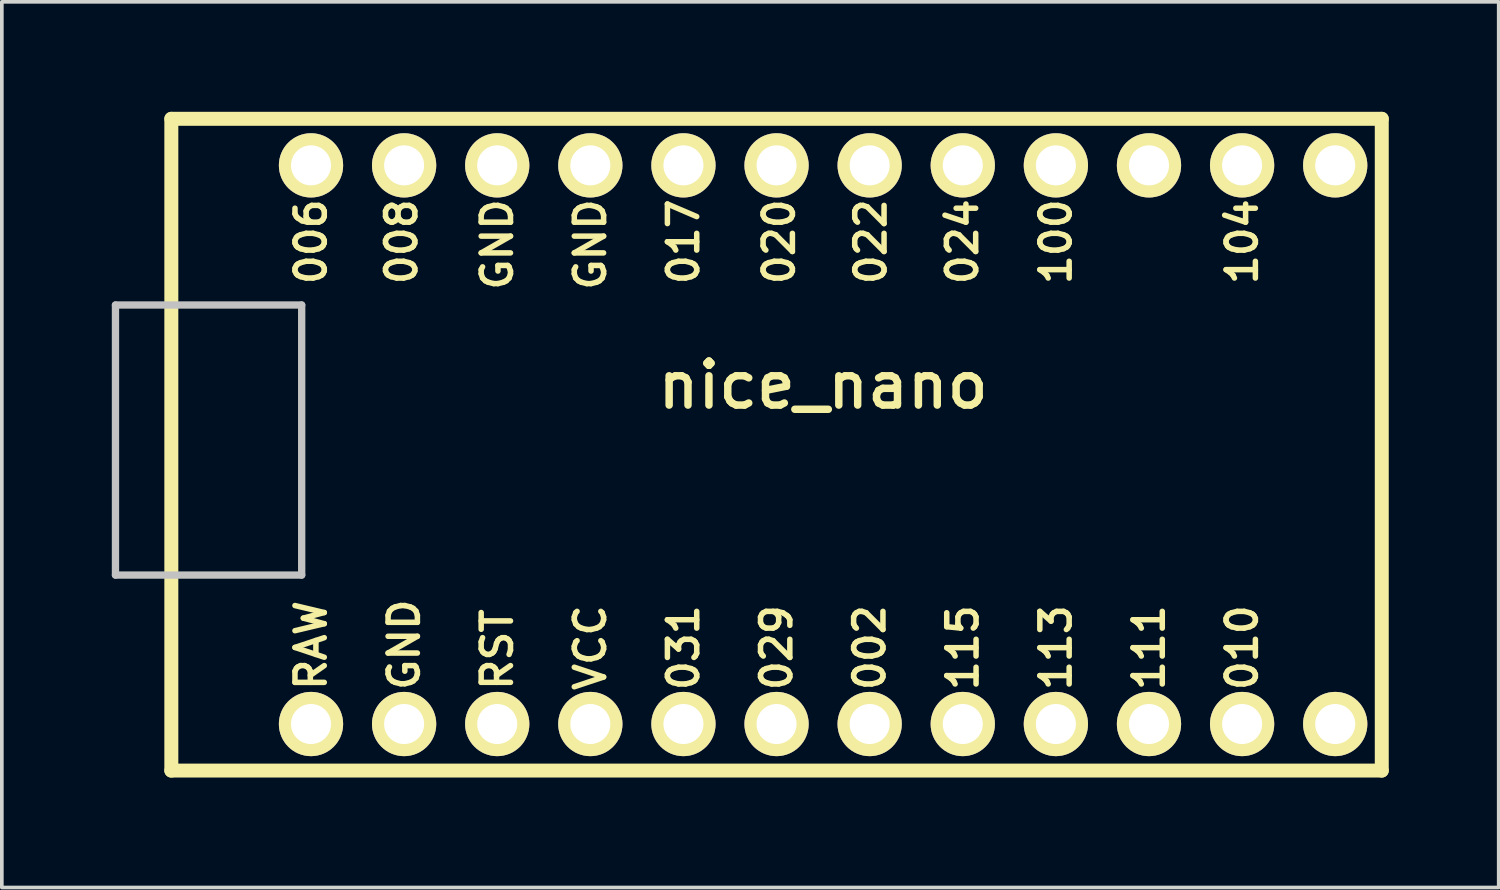
<source format=kicad_pcb>
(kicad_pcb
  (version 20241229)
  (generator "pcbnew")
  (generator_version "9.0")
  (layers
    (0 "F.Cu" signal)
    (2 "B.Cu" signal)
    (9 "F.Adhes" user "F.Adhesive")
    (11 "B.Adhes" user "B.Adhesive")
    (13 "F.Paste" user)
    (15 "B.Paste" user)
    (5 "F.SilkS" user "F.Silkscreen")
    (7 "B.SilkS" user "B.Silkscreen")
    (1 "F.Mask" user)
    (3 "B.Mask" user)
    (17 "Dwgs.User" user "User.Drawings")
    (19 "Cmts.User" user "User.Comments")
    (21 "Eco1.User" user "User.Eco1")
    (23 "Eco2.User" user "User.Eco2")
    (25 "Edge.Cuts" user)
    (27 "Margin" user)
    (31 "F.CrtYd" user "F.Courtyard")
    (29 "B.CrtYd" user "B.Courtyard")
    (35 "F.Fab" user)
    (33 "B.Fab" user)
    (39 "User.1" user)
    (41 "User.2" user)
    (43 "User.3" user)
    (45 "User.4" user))
  (footprint "nice_nano"
    (layer "F.Cu")
    (at 15.404 9.081)
    (property "Reference" "nice_nano" (at 4 -1.625 0) (layer "F.SilkS") (effects (font (size 1.2 1.2) (thickness 0.203))))
    (attr through_hole)
    (fp_line (start -13.78 -8.89) (end 19.24 -8.89) (stroke (width 0.381) (type solid)) (layer "F.SilkS"))
    (fp_line (start -13.78 8.89) (end -13.78 -8.89) (stroke (width 0.381) (type solid)) (layer "F.SilkS"))
    (fp_line (start 19.24 -8.89) (end 19.24 8.89) (stroke (width 0.381) (type solid)) (layer "F.SilkS"))
    (fp_line (start 19.24 8.89) (end -13.78 8.89) (stroke (width 0.381) (type solid)) (layer "F.SilkS"))
    (fp_line (start -15.304 -3.81) (end -15.304 3.556) (stroke (width 0.2) (type solid)) (layer "Dwgs.User"))
    (fp_line (start -15.304 3.556) (end -10.224 3.556) (stroke (width 0.2) (type solid)) (layer "Dwgs.User"))
    (fp_line (start -10.224 -3.81) (end -15.304 -3.81) (stroke (width 0.2) (type solid)) (layer "Dwgs.User"))
    (fp_line (start -10.224 3.556) (end -10.224 -3.81) (stroke (width 0.2) (type solid)) (layer "Dwgs.User"))
    (fp_text user "020" (at 2.8 -5.537 90) (layer "F.SilkS") (effects (font (size 0.8 0.8) (thickness 0.15))))
    (fp_text user "GND" (at -4.89 -5.461 90) (layer "F.SilkS") (effects (font (size 0.8 0.8) (thickness 0.15))))
    (fp_text user "104" (at 15.43 -5.537 90) (layer "F.SilkS") (effects (font (size 0.8 0.8) (thickness 0.15))))
    (fp_text user "GND" (at -2.35 -5.461 90) (layer "F.SilkS") (effects (font (size 0.8 0.8) (thickness 0.15))))
    (fp_text user "010" (at 15.43 5.537 90) (layer "F.SilkS") (effects (font (size 0.8 0.8) (thickness 0.15))))
    (fp_text user "017" (at 0.19 -5.537 90) (layer "F.SilkS") (effects (font (size 0.8 0.8) (thickness 0.15))))
    (fp_text user "RAW" (at -9.97 5.474 90) (layer "F.SilkS") (effects (font (size 0.8 0.8) (thickness 0.15))))
    (fp_text user "006" (at -9.97 -5.537 90) (layer "F.SilkS") (effects (font (size 0.8 0.8) (thickness 0.15))))
    (fp_text user "031" (at 0.19 5.537 90) (layer "F.SilkS") (effects (font (size 0.8 0.8) (thickness 0.15))))
    (fp_text user "RST" (at -4.89 5.588 90) (layer "F.SilkS") (effects (font (size 0.8 0.8) (thickness 0.15))))
    (fp_text user "113" (at 10.35 5.537 90) (layer "F.SilkS") (effects (font (size 0.8 0.8) (thickness 0.15))))
    (fp_text user "008" (at -7.5 -5.537 90) (layer "F.SilkS") (effects (font (size 0.8 0.8) (thickness 0.15))))
    (fp_text user "115" (at 7.81 5.537 90) (layer "F.SilkS") (effects (font (size 0.8 0.8) (thickness 0.15))))
    (fp_text user "029" (at 2.73 5.537 90) (layer "F.SilkS") (effects (font (size 0.8 0.8) (thickness 0.15))))
    (fp_text user "100" (at 10.35 -5.537 90) (layer "F.SilkS") (effects (font (size 0.8 0.8) (thickness 0.15))))
    (fp_text user "VCC" (at -2.35 5.537 90) (layer "F.SilkS") (effects (font (size 0.8 0.8) (thickness 0.15))))
    (fp_text user "002" (at 5.27 5.537 90) (layer "F.SilkS") (effects (font (size 0.8 0.8) (thickness 0.15))))
    (fp_text user "024" (at 7.8 -5.537 90) (layer "F.SilkS") (effects (font (size 0.8 0.8) (thickness 0.15))))
    (fp_text user "111" (at 12.89 5.537 90) (layer "F.SilkS") (effects (font (size 0.8 0.8) (thickness 0.15))))
    (fp_text user "022" (at 5.3 -5.537 90) (layer "F.SilkS") (effects (font (size 0.8 0.8) (thickness 0.15))))
    (fp_text user "GND" (at -7.43 5.455 90) (layer "F.SilkS") (effects (font (size 0.8 0.8) (thickness 0.15))))
    (pad "1" thru_hole circle (at -9.97 -7.62 180) (size 1.753 1.753) (drill 1.092) (layers "*.Cu" "*.Mask" "F.SilkS"))
    (pad "2" thru_hole circle (at -7.43 -7.62 180) (size 1.753 1.753) (drill 1.092) (layers "*.Cu" "*.Mask" "F.SilkS"))
    (pad "3" thru_hole circle (at -4.89 -7.62 180) (size 1.753 1.753) (drill 1.092) (layers "*.Cu" "*.Mask" "F.SilkS"))
    (pad "4" thru_hole circle (at -2.35 -7.62 180) (size 1.753 1.753) (drill 1.092) (layers "*.Cu" "*.Mask" "F.SilkS"))
    (pad "5" thru_hole circle (at 0.19 -7.62 180) (size 1.753 1.753) (drill 1.092) (layers "*.Cu" "*.Mask" "F.SilkS"))
    (pad "6" thru_hole circle (at 2.73 -7.62 180) (size 1.753 1.753) (drill 1.092) (layers "*.Cu" "*.Mask" "F.SilkS"))
    (pad "7" thru_hole circle (at 5.27 -7.62 180) (size 1.753 1.753) (drill 1.092) (layers "*.Cu" "*.Mask" "F.SilkS"))
    (pad "8" thru_hole circle (at 7.81 -7.62 180) (size 1.753 1.753) (drill 1.092) (layers "*.Cu" "*.Mask" "F.SilkS"))
    (pad "9" thru_hole circle (at 10.35 -7.62 180) (size 1.753 1.753) (drill 1.092) (layers "*.Cu" "*.Mask" "F.SilkS"))
    (pad "10" thru_hole circle (at 12.89 -7.62 180) (size 1.753 1.753) (drill 1.092) (layers "*.Cu" "*.Mask" "F.SilkS"))
    (pad "11" thru_hole circle (at 15.43 -7.62 180) (size 1.753 1.753) (drill 1.092) (layers "*.Cu" "*.Mask" "F.SilkS"))
    (pad "12" thru_hole circle (at 17.97 -7.62 180) (size 1.753 1.753) (drill 1.092) (layers "*.Cu" "*.Mask" "F.SilkS"))
    (pad "13" thru_hole circle (at 17.97 7.62 180) (size 1.753 1.753) (drill 1.092) (layers "*.Cu" "*.Mask" "F.SilkS"))
    (pad "14" thru_hole circle (at 15.43 7.62 180) (size 1.753 1.753) (drill 1.092) (layers "*.Cu" "*.Mask" "F.SilkS"))
    (pad "15" thru_hole circle (at 12.89 7.62 180) (size 1.753 1.753) (drill 1.092) (layers "*.Cu" "*.Mask" "F.SilkS"))
    (pad "16" thru_hole circle (at 10.35 7.62 180) (size 1.753 1.753) (drill 1.092) (layers "*.Cu" "*.Mask" "F.SilkS"))
    (pad "17" thru_hole circle (at 7.81 7.62 180) (size 1.753 1.753) (drill 1.092) (layers "*.Cu" "*.Mask" "F.SilkS"))
    (pad "18" thru_hole circle (at 5.27 7.62 180) (size 1.753 1.753) (drill 1.092) (layers "*.Cu" "*.Mask" "F.SilkS"))
    (pad "19" thru_hole circle (at 2.73 7.62 180) (size 1.753 1.753) (drill 1.092) (layers "*.Cu" "*.Mask" "F.SilkS"))
    (pad "20" thru_hole circle (at 0.19 7.62 180) (size 1.753 1.753) (drill 1.092) (layers "*.Cu" "*.Mask" "F.SilkS"))
    (pad "21" thru_hole circle (at -2.35 7.62 180) (size 1.753 1.753) (drill 1.092) (layers "*.Cu" "*.Mask" "F.SilkS"))
    (pad "22" thru_hole circle (at -4.89 7.62 180) (size 1.753 1.753) (drill 1.092) (layers "*.Cu" "*.Mask" "F.SilkS"))
    (pad "23" thru_hole circle (at -7.43 7.62 180) (size 1.753 1.753) (drill 1.092) (layers "*.Cu" "*.Mask" "F.SilkS"))
    (pad "24" thru_hole circle (at -9.97 7.62 180) (size 1.753 1.753) (drill 1.092) (layers "*.Cu" "*.Mask" "F.SilkS")))
  (gr_rect
    (start -3 -3)
    (end 37.834 21.161)
    (stroke (width 0.1) (type default))
    (fill no)
    (layer "Edge.Cuts")))
</source>
